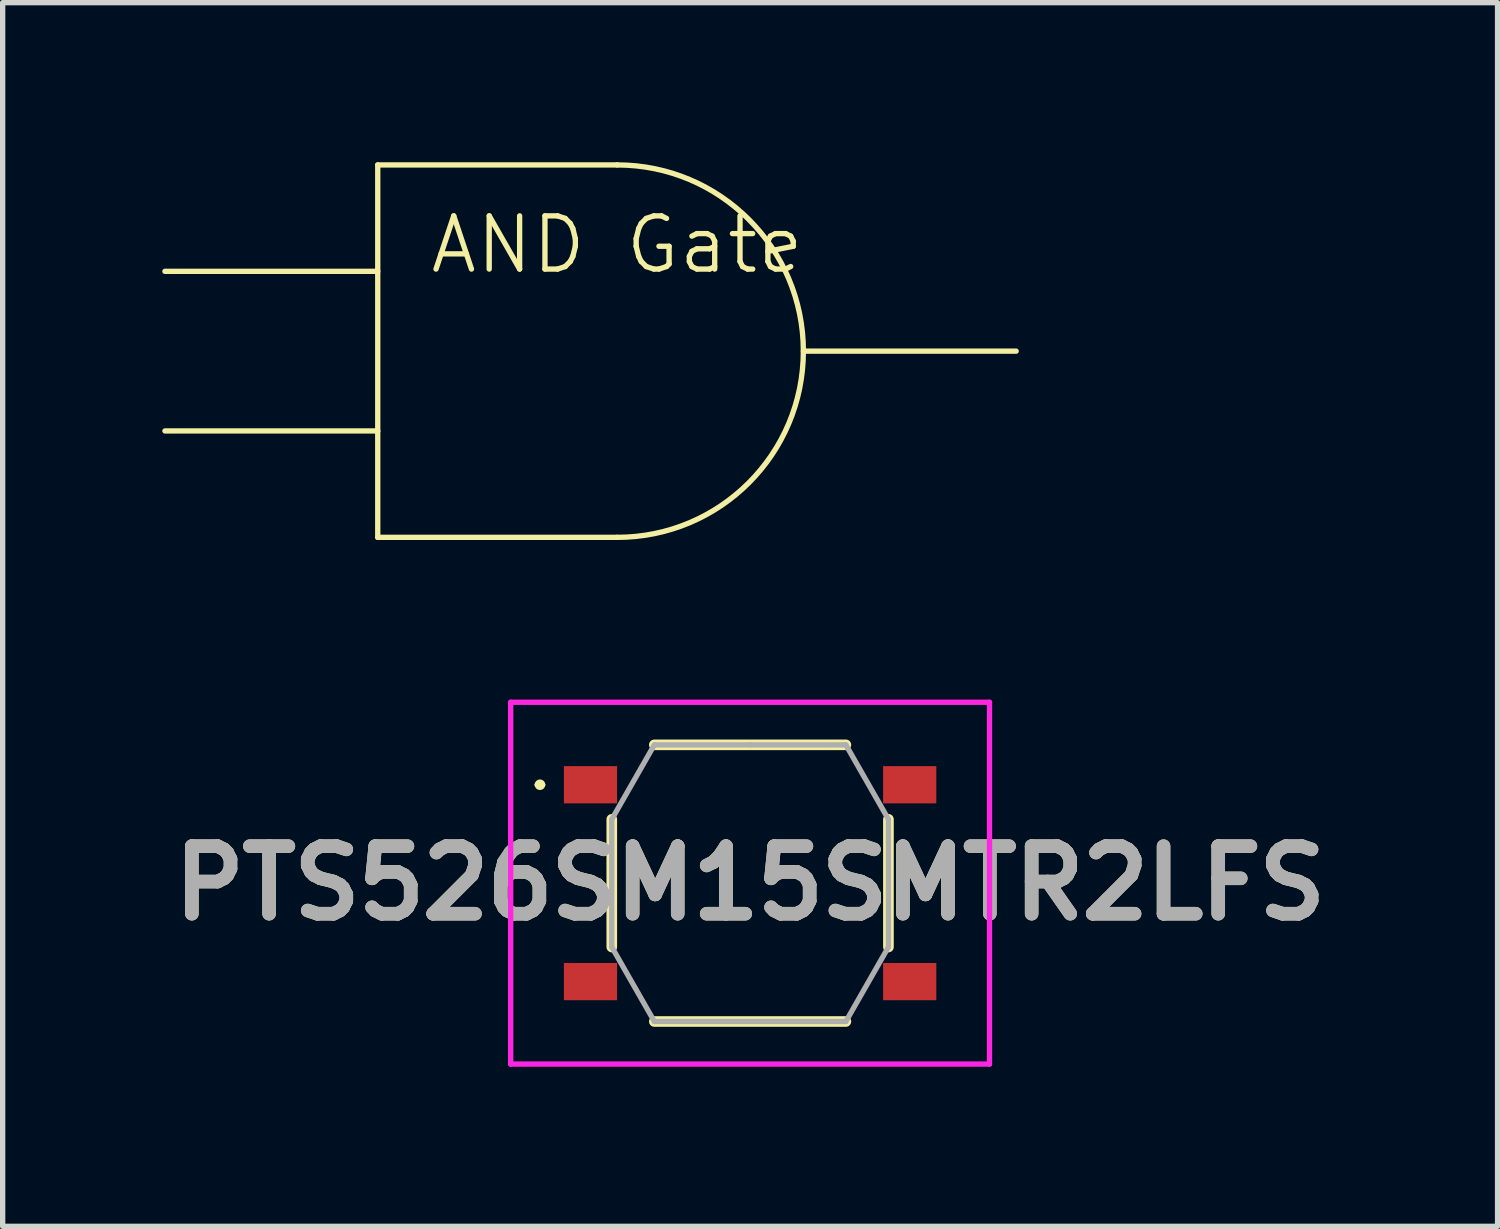
<source format=kicad_pcb>
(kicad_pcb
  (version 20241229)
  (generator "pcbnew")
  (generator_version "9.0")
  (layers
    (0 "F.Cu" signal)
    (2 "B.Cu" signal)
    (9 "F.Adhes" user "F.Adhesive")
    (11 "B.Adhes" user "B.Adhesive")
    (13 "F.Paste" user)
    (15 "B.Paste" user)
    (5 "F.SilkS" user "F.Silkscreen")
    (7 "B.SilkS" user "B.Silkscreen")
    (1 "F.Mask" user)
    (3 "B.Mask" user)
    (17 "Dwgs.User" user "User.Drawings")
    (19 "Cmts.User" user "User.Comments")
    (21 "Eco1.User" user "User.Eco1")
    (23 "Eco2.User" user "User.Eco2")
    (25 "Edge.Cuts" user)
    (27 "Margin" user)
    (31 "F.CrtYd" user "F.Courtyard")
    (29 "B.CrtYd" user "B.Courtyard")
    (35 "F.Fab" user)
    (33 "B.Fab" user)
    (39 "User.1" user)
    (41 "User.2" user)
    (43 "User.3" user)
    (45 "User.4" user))
  (footprint "AND Gate"
    (layer "F.Cu")
    (at 8.55 2.05)
    (property "Reference" "AND Gate" (at 0 -0.5 0) (unlocked yes) (layer "F.SilkS") (effects (font (size 1 1) (thickness 0.1))))
    (attr through_hole)
    (fp_line (start -4.5 -2) (end -4.5 5) (stroke (width 0.1) (type default)) (layer "F.SilkS"))
    (fp_line (start -4.5 0) (end -8.5 0) (stroke (width 0.1) (type default)) (layer "F.SilkS"))
    (fp_line (start -4.5 3) (end -8.5 3) (stroke (width 0.1) (type default)) (layer "F.SilkS"))
    (fp_line (start -4.5 5) (end 0 5) (stroke (width 0.1) (type default)) (layer "F.SilkS"))
    (fp_line (start 0 -2) (end -4.5 -2) (stroke (width 0.1) (type default)) (layer "F.SilkS"))
    (fp_line (start 7.5 1.5) (end 3.5 1.5) (stroke (width 0.1) (type default)) (layer "F.SilkS"))
    (fp_arc (start 0 -2) (mid 3.5 1.5) (end 0 5) (stroke (width 0.1) (type default)) (layer "F.SilkS")))
  (footprint "PTS526SM15SMTR2LFS"
    (layer "F.Cu")
    (at 11.049 13.55)
    (property "Reference" "PTS526SM15SMTR2LFS" (at 0 0 0) (layer "F.SilkS") (effects (font (size 1.27 1.27) (thickness 0.254))))
    (attr smd)
    (fp_line (start -4 -1.85) (end -4 -1.85) (stroke (width 0.1) (type solid)) (layer "F.SilkS"))
    (fp_line (start -3.9 -1.85) (end -3.9 -1.85) (stroke (width 0.1) (type solid)) (layer "F.SilkS"))
    (fp_line (start -2.6 -1.2) (end -2.6 1.2) (stroke (width 0.2) (type solid)) (layer "F.SilkS"))
    (fp_line (start -1.8 -2.6) (end 1.8 -2.6) (stroke (width 0.2) (type solid)) (layer "F.SilkS"))
    (fp_line (start -1.8 2.6) (end 1.8 2.6) (stroke (width 0.2) (type solid)) (layer "F.SilkS"))
    (fp_line (start 2.6 -1.2) (end 2.6 1.2) (stroke (width 0.2) (type solid)) (layer "F.SilkS"))
    (fp_arc (start -4 -1.85) (mid -3.95 -1.9) (end -3.9 -1.85) (stroke (width 0.1) (type solid)) (layer "F.SilkS"))
    (fp_arc (start -3.9 -1.85) (mid -3.95 -1.8) (end -4 -1.85) (stroke (width 0.1) (type solid)) (layer "F.SilkS"))
    (fp_line (start -4.5 -3.4) (end 4.5 -3.4) (stroke (width 0.1) (type solid)) (layer "F.CrtYd"))
    (fp_line (start -4.5 3.4) (end -4.5 -3.4) (stroke (width 0.1) (type solid)) (layer "F.CrtYd"))
    (fp_line (start 4.5 -3.4) (end 4.5 3.4) (stroke (width 0.1) (type solid)) (layer "F.CrtYd"))
    (fp_line (start 4.5 3.4) (end -4.5 3.4) (stroke (width 0.1) (type solid)) (layer "F.CrtYd"))
    (fp_line (start -2.6 -1.2) (end -2.6 1.2) (stroke (width 0.1) (type solid)) (layer "F.Fab"))
    (fp_line (start -2.6 1.2) (end -1.8 2.6) (stroke (width 0.1) (type solid)) (layer "F.Fab"))
    (fp_line (start -1.8 -2.6) (end -2.6 -1.2) (stroke (width 0.1) (type solid)) (layer "F.Fab"))
    (fp_line (start -1.8 2.6) (end 1.8 2.6) (stroke (width 0.1) (type solid)) (layer "F.Fab"))
    (fp_line (start 0 -2.6) (end -1.8 -2.6) (stroke (width 0.1) (type solid)) (layer "F.Fab"))
    (fp_line (start 1.8 -2.6) (end 0 -2.6) (stroke (width 0.1) (type solid)) (layer "F.Fab"))
    (fp_line (start 1.8 2.6) (end 2.6 1.2) (stroke (width 0.1) (type solid)) (layer "F.Fab"))
    (fp_line (start 2.6 -1.2) (end 1.8 -2.6) (stroke (width 0.1) (type solid)) (layer "F.Fab"))
    (fp_line (start 2.6 1.2) (end 2.6 -1.2) (stroke (width 0.1) (type solid)) (layer "F.Fab"))
    (fp_text user "${REFERENCE}" (at 0 0 0) (layer "F.Fab") (effects (font (size 1.27 1.27) (thickness 0.254))))
    (pad "1" smd rect (at -3 -1.85 90) (size 0.7 1) (layers "F.Cu" "F.Mask" "F.Paste"))
    (pad "2" smd rect (at 3 -1.85 90) (size 0.7 1) (layers "F.Cu" "F.Mask" "F.Paste"))
    (pad "3" smd rect (at -3 1.85 90) (size 0.7 1) (layers "F.Cu" "F.Mask" "F.Paste"))
    (pad "4" smd rect (at 3 1.85 90) (size 0.7 1) (layers "F.Cu" "F.Mask" "F.Paste")))
  (gr_rect
    (start -3 -3)
    (end 25.098 20)
    (stroke (width 0.1) (type default))
    (fill no)
    (layer "Edge.Cuts")))
</source>
